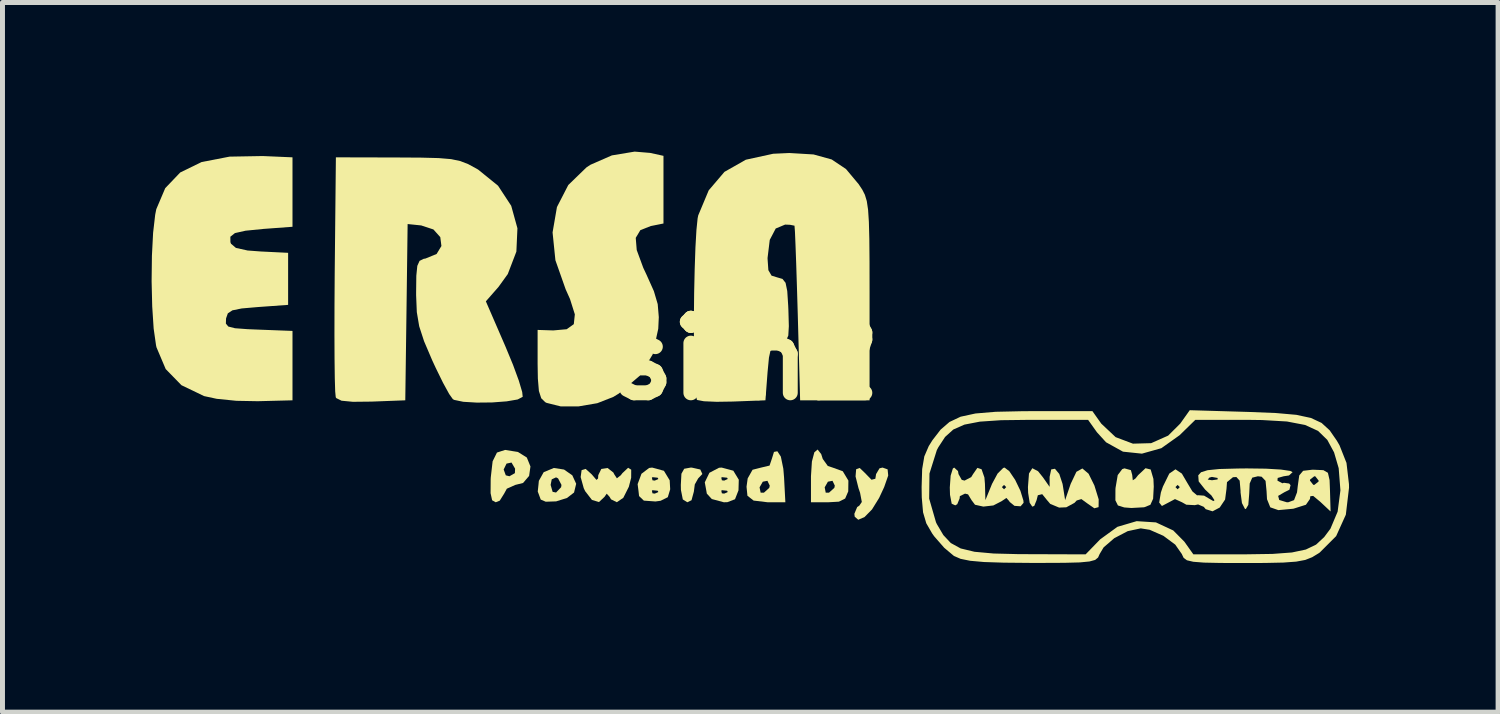
<source format=kicad_pcb>
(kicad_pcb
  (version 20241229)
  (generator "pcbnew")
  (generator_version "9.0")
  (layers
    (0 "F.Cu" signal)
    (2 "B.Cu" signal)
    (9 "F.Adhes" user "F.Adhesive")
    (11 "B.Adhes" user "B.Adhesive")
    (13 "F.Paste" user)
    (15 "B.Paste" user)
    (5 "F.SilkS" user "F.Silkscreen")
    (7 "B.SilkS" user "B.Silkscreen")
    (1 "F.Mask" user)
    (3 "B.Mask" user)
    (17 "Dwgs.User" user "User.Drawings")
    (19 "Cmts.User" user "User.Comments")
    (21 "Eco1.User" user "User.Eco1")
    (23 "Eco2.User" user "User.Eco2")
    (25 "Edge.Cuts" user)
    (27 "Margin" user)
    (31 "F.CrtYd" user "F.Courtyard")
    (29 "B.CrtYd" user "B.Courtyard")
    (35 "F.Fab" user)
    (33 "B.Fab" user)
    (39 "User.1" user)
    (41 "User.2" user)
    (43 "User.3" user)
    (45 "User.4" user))
  (footprint "sim2"
    (layer "F.Cu")
    (at 11.955 4.174)
    (property "Reference" "sim2" (at 0 0 0) (layer "F.SilkS") (effects (font (size 1.5 1.5) (thickness 0.3))))
    (attr board_only exclude_from_pos_files exclude_from_bom)
    (fp_poly (pts (xy -0.917 2.221) (xy -0.876 2.311) (xy -0.96 2.4) (xy -1.028 2.521) (xy -1.047 2.667) (xy -1.094 2.839) (xy -1.178 2.88) (xy -1.269 2.823) (xy -1.307 2.632) (xy -1.309 2.531) (xy -1.297 2.306) (xy -1.241 2.206) (xy -1.11 2.182) (xy -1.091 2.182)) (stroke (width 0) (type solid)) (fill yes) (layer "F.SilkS"))
    (fp_poly (pts (xy 8.143 2.221) (xy 8.198 2.41) (xy 8.205 2.565) (xy 8.192 2.809) (xy 8.137 2.931) (xy 8.017 2.979) (xy 8.008 2.981) (xy 7.754 2.995) (xy 7.611 2.984) (xy 7.484 2.944) (xy 7.433 2.841) (xy 7.434 2.622) (xy 7.436 2.591) (xy 7.48 2.333) (xy 7.571 2.213) (xy 7.616 2.198) (xy 7.745 2.234) (xy 7.771 2.328) (xy 7.783 2.438) (xy 7.837 2.402) (xy 7.89 2.335) (xy 8.039 2.195)) (stroke (width 0) (type solid)) (fill yes) (layer "F.SilkS"))
    (fp_poly (pts (xy 2.851 2.218) (xy 2.863 2.342) (xy 2.782 2.574) (xy 2.68 2.793) (xy 2.537 3.024) (xy 2.387 3.177) (xy 2.26 3.232) (xy 2.189 3.17) (xy 2.182 3.112) (xy 2.239 2.976) (xy 2.281 2.949) (xy 2.332 2.874) (xy 2.297 2.69) (xy 2.265 2.595) (xy 2.206 2.36) (xy 2.218 2.216) (xy 2.29 2.19) (xy 2.395 2.291) (xy 2.527 2.427) (xy 2.604 2.407) (xy 2.619 2.313) (xy 2.688 2.197) (xy 2.749 2.182)) (stroke (width 0) (type solid)) (fill yes) (layer "F.SilkS"))
    (fp_poly (pts (xy -3.658 2.222) (xy -3.492 2.338) (xy -3.414 2.508) (xy -3.457 2.684) (xy -3.6 2.794) (xy -3.817 2.862) (xy -4.026 2.869) (xy -4.127 2.826) (xy -4.187 2.664) (xy -4.173 2.531) (xy -3.928 2.531) (xy -3.888 2.67) (xy -3.819 2.684) (xy -3.717 2.577) (xy -3.71 2.531) (xy -3.778 2.4) (xy -3.819 2.379) (xy -3.906 2.419) (xy -3.928 2.531) (xy -4.173 2.531) (xy -4.165 2.449) (xy -4.071 2.28) (xy -4.064 2.273) (xy -3.863 2.19)) (stroke (width 0) (type solid)) (fill yes) (layer "F.SilkS"))
    (fp_poly (pts (xy 0.703 1.961) (xy 0.753 2.205) (xy 0.768 2.385) (xy 0.794 2.88) (xy 0.438 2.88) (xy 0.155 2.846) (xy 0.031 2.749) (xy 0.014 2.58) (xy 0.275 2.58) (xy 0.297 2.687) (xy 0.363 2.687) (xy 0.47 2.59) (xy 0.48 2.546) (xy 0.433 2.448) (xy 0.34 2.466) (xy 0.275 2.58) (xy 0.014 2.58) (xy 0.013 2.566) (xy 0.036 2.4) (xy 0.134 2.226) (xy 0.307 2.182) (xy 0.476 2.142) (xy 0.524 2) (xy 0.565 1.867) (xy 0.633 1.854)) (stroke (width 0) (type solid)) (fill yes) (layer "F.SilkS"))
    (fp_poly (pts (xy 1.515 1.911) (xy 1.546 2.008) (xy 1.648 2.15) (xy 1.745 2.182) (xy 1.949 2.256) (xy 2.062 2.444) (xy 2.059 2.661) (xy 1.997 2.805) (xy 1.871 2.868) (xy 1.657 2.88) (xy 1.309 2.88) (xy 1.309 2.58) (xy 1.585 2.58) (xy 1.606 2.687) (xy 1.672 2.687) (xy 1.779 2.59) (xy 1.789 2.546) (xy 1.742 2.448) (xy 1.65 2.466) (xy 1.585 2.58) (xy 1.309 2.58) (xy 1.309 2.357) (xy 1.328 2.06) (xy 1.377 1.875) (xy 1.443 1.819)) (stroke (width 0) (type solid)) (fill yes) (layer "F.SilkS"))
    (fp_poly (pts (xy -4.586 1.868) (xy -4.407 1.98) (xy -4.334 2.16) (xy -4.361 2.35) (xy -4.483 2.492) (xy -4.639 2.531) (xy -4.809 2.607) (xy -4.863 2.706) (xy -4.952 2.848) (xy -5.033 2.88) (xy -5.105 2.84) (xy -5.136 2.697) (xy -5.134 2.417) (xy -5.132 2.379) (xy -5.114 2.221) (xy -4.873 2.221) (xy -4.83 2.338) (xy -4.757 2.357) (xy -4.647 2.294) (xy -4.643 2.204) (xy -4.715 2.081) (xy -4.815 2.102) (xy -4.873 2.221) (xy -5.114 2.221) (xy -5.095 2.056) (xy -5.008 1.88) (xy -4.844 1.827)) (stroke (width 0) (type solid)) (fill yes) (layer "F.SilkS"))
    (fp_poly (pts (xy -2.307 2.225) (xy -2.308 2.387) (xy -2.355 2.569) (xy -2.466 2.79) (xy -2.596 2.879) (xy -2.713 2.821) (xy -2.742 2.771) (xy -2.8 2.707) (xy -2.844 2.771) (xy -2.956 2.876) (xy -3.097 2.833) (xy -3.234 2.656) (xy -3.262 2.597) (xy -3.324 2.373) (xy -3.305 2.234) (xy -3.223 2.209) (xy -3.102 2.318) (xy -3.006 2.43) (xy -2.974 2.402) (xy -2.97 2.335) (xy -2.909 2.21) (xy -2.781 2.191) (xy -2.665 2.283) (xy -2.649 2.316) (xy -2.595 2.398) (xy -2.517 2.337) (xy -2.484 2.294) (xy -2.369 2.186)) (stroke (width 0) (type solid)) (fill yes) (layer "F.SilkS"))
    (fp_poly (pts (xy -1.649 2.247) (xy -1.533 2.438) (xy -1.523 2.619) (xy -1.571 2.778) (xy -1.716 2.85) (xy -1.819 2.864) (xy -2.053 2.847) (xy -2.149 2.755) (xy -2.161 2.648) (xy -1.891 2.648) (xy -1.879 2.7) (xy -1.833 2.706) (xy -1.761 2.674) (xy -1.775 2.648) (xy -1.878 2.637) (xy -1.891 2.648) (xy -2.161 2.648) (xy -2.178 2.515) (xy -2.13 2.386) (xy -1.891 2.386) (xy -1.879 2.438) (xy -1.833 2.444) (xy -1.761 2.412) (xy -1.775 2.386) (xy -1.878 2.375) (xy -1.891 2.386) (xy -2.13 2.386) (xy -2.101 2.307) (xy -1.947 2.19) (xy -1.886 2.182)) (stroke (width 0) (type solid)) (fill yes) (layer "F.SilkS"))
    (fp_poly (pts (xy -0.253 2.245) (xy -0.143 2.426) (xy -0.149 2.64) (xy -0.219 2.819) (xy -0.373 2.878) (xy -0.444 2.88) (xy -0.686 2.815) (xy -0.786 2.706) (xy -0.796 2.648) (xy -0.495 2.648) (xy -0.483 2.7) (xy -0.436 2.706) (xy -0.365 2.674) (xy -0.378 2.648) (xy -0.482 2.637) (xy -0.495 2.648) (xy -0.796 2.648) (xy -0.827 2.479) (xy -0.782 2.386) (xy -0.495 2.386) (xy -0.483 2.438) (xy -0.436 2.444) (xy -0.365 2.412) (xy -0.378 2.386) (xy -0.482 2.375) (xy -0.495 2.386) (xy -0.782 2.386) (xy -0.734 2.287) (xy -0.541 2.186) (xy -0.488 2.182)) (stroke (width 0) (type solid)) (fill yes) (layer "F.SilkS"))
    (fp_poly (pts (xy 5.877 2.255) (xy 5.974 2.376) (xy 6.11 2.57) (xy 6.11 2.369) (xy 6.142 2.219) (xy 6.217 2.206) (xy 6.304 2.31) (xy 6.37 2.51) (xy 6.375 2.538) (xy 6.422 2.837) (xy 6.534 2.509) (xy 6.649 2.267) (xy 6.769 2.2) (xy 6.894 2.306) (xy 7.011 2.543) (xy 7.097 2.822) (xy 7.095 2.978) (xy 7.01 3.001) (xy 6.885 2.915) (xy 6.749 2.816) (xy 6.655 2.844) (xy 6.61 2.892) (xy 6.446 2.981) (xy 6.301 2.987) (xy 6.123 2.913) (xy 6.052 2.83) (xy 5.961 2.717) (xy 5.873 2.739) (xy 5.848 2.837) (xy 5.801 2.953) (xy 5.761 2.968) (xy 5.709 2.89) (xy 5.678 2.692) (xy 5.674 2.575) (xy 5.695 2.301) (xy 5.762 2.195)) (stroke (width 0) (type solid)) (fill yes) (layer "F.SilkS"))
    (fp_poly (pts (xy -1.927 -4.148) (xy -1.658 -4.089) (xy -1.658 -3.408) (xy -1.658 -2.728) (xy -1.913 -2.677) (xy -2.123 -2.594) (xy -2.216 -2.439) (xy -2.196 -2.194) (xy -2.065 -1.838) (xy -2.002 -1.704) (xy -1.851 -1.367) (xy -1.774 -1.106) (xy -1.752 -0.844) (xy -1.763 -0.61) (xy -1.876 -0.093) (xy -2.139 0.338) (xy -2.556 0.693) (xy -2.67 0.762) (xy -2.989 0.887) (xy -3.364 0.951) (xy -3.727 0.951) (xy -4.011 0.88) (xy -4.037 0.866) (xy -4.117 0.788) (xy -4.164 0.642) (xy -4.185 0.392) (xy -4.19 0.095) (xy -4.19 -0.587) (xy -3.874 -0.577) (xy -3.605 -0.601) (xy -3.462 -0.703) (xy -3.441 -0.9) (xy -3.538 -1.208) (xy -3.626 -1.404) (xy -3.832 -1.989) (xy -3.889 -2.548) (xy -3.801 -3.059) (xy -3.573 -3.502) (xy -3.209 -3.855) (xy -3.126 -3.91) (xy -2.696 -4.098) (xy -2.238 -4.174)) (stroke (width 0) (type solid)) (fill yes) (layer "F.SilkS"))
    (fp_poly (pts (xy -9.121 -4.059) (xy -9.121 -3.36) (xy -9.121 -2.662) (xy -9.703 -2.619) (xy -10.065 -2.583) (xy -10.279 -2.535) (xy -10.371 -2.462) (xy -10.37 -2.353) (xy -10.358 -2.321) (xy -10.259 -2.237) (xy -10.025 -2.185) (xy -9.759 -2.165) (xy -9.209 -2.138) (xy -9.209 -1.615) (xy -9.209 -1.091) (xy -9.82 -1.047) (xy -10.143 -1.019) (xy -10.33 -0.981) (xy -10.422 -0.92) (xy -10.457 -0.82) (xy -10.458 -0.811) (xy -10.461 -0.714) (xy -10.412 -0.655) (xy -10.278 -0.621) (xy -10.024 -0.602) (xy -9.803 -0.593) (xy -9.121 -0.567) (xy -9.121 0.131) (xy -9.121 0.829) (xy -9.82 0.847) (xy -10.25 0.839) (xy -10.645 0.799) (xy -10.9 0.744) (xy -11.355 0.525) (xy -11.672 0.2) (xy -11.857 -0.237) (xy -11.866 -0.278) (xy -11.914 -0.615) (xy -11.943 -1.062) (xy -11.955 -1.567) (xy -11.949 -2.077) (xy -11.925 -2.541) (xy -11.883 -2.905) (xy -11.861 -3.016) (xy -11.681 -3.439) (xy -11.38 -3.754) (xy -10.95 -3.964) (xy -10.387 -4.073) (xy -9.72 -4.085)) (stroke (width 0) (type solid)) (fill yes) (layer "F.SilkS"))
    (fp_poly (pts (xy 5.299 2.255) (xy 5.417 2.43) (xy 5.522 2.648) (xy 5.582 2.844) (xy 5.586 2.891) (xy 5.526 2.961) (xy 5.403 2.952) (xy 5.305 2.872) (xy 5.299 2.859) (xy 5.241 2.793) (xy 5.143 2.859) (xy 4.978 2.944) (xy 4.777 2.967) (xy 4.609 2.93) (xy 4.539 2.837) (xy 4.469 2.721) (xy 4.408 2.706) (xy 4.304 2.757) (xy 4.299 2.804) (xy 4.252 2.919) (xy 4.212 2.942) (xy 4.14 2.909) (xy 4.106 2.73) (xy 4.102 2.582) (xy 4.119 2.345) (xy 4.163 2.202) (xy 4.19 2.182) (xy 4.267 2.253) (xy 4.277 2.313) (xy 4.342 2.429) (xy 4.399 2.444) (xy 4.533 2.374) (xy 4.57 2.313) (xy 4.657 2.188) (xy 4.741 2.216) (xy 4.798 2.38) (xy 4.809 2.509) (xy 4.818 2.837) (xy 4.925 2.575) (xy 5.15 2.575) (xy 5.193 2.619) (xy 5.237 2.575) (xy 5.193 2.531) (xy 5.15 2.575) (xy 4.925 2.575) (xy 4.952 2.509) (xy 5.063 2.303) (xy 5.176 2.19) (xy 5.204 2.182)) (stroke (width 0) (type solid)) (fill yes) (layer "F.SilkS"))
    (fp_poly (pts (xy -7.023 -4.056) (xy -6.534 -4.053) (xy -6.182 -4.044) (xy -5.931 -4.023) (xy -5.746 -3.984) (xy -5.588 -3.923) (xy -5.422 -3.833) (xy -5.386 -3.812) (xy -4.986 -3.488) (xy -4.721 -3.084) (xy -4.596 -2.632) (xy -4.617 -2.163) (xy -4.79 -1.711) (xy -4.976 -1.453) (xy -5.231 -1.162) (xy -4.839 -0.258) (xy -4.685 0.114) (xy -4.568 0.433) (xy -4.5 0.662) (xy -4.49 0.759) (xy -4.591 0.812) (xy -4.813 0.85) (xy -5.105 0.872) (xy -5.413 0.875) (xy -5.684 0.859) (xy -5.867 0.821) (xy -5.895 0.806) (xy -5.969 0.702) (xy -6.092 0.478) (xy -6.241 0.174) (xy -6.31 0.025) (xy -6.474 -0.359) (xy -6.572 -0.66) (xy -6.62 -0.945) (xy -6.634 -1.285) (xy -6.634 -1.343) (xy -6.63 -1.678) (xy -6.61 -1.876) (xy -6.565 -1.976) (xy -6.483 -2.017) (xy -6.446 -2.023) (xy -6.222 -2.115) (xy -6.125 -2.275) (xy -6.148 -2.454) (xy -6.286 -2.608) (xy -6.532 -2.689) (xy -6.805 -2.717) (xy -6.828 -0.944) (xy -6.852 0.829) (xy -7.53 0.855) (xy -7.906 0.859) (xy -8.135 0.837) (xy -8.241 0.784) (xy -8.251 0.766) (xy -8.262 0.651) (xy -8.27 0.386) (xy -8.275 -0.006) (xy -8.277 -0.5) (xy -8.276 -1.073) (xy -8.272 -1.701) (xy -8.272 -1.703) (xy -8.248 -4.059)) (stroke (width 0) (type solid)) (fill yes) (layer "F.SilkS"))
    (fp_poly (pts (xy 1.361 -4.117) (xy 1.726 -4.016) (xy 2.014 -3.823) (xy 2.27 -3.517) (xy 2.273 -3.512) (xy 2.342 -3.408) (xy 2.394 -3.305) (xy 2.432 -3.179) (xy 2.458 -3.005) (xy 2.474 -2.76) (xy 2.483 -2.419) (xy 2.487 -1.958) (xy 2.488 -1.352) (xy 2.488 -1.185) (xy 2.488 0.829) (xy 1.789 0.829) (xy 1.091 0.829) (xy 1.043 -0.916) (xy 1.027 -1.449) (xy 1.012 -1.918) (xy 0.998 -2.297) (xy 0.987 -2.56) (xy 0.978 -2.68) (xy 0.977 -2.684) (xy 0.888 -2.702) (xy 0.789 -2.706) (xy 0.6 -2.627) (xy 0.48 -2.398) (xy 0.436 -2.036) (xy 0.436 -2.019) (xy 0.452 -1.789) (xy 0.516 -1.679) (xy 0.633 -1.643) (xy 0.736 -1.613) (xy 0.798 -1.535) (xy 0.832 -1.369) (xy 0.851 -1.076) (xy 0.855 -0.989) (xy 0.864 -0.663) (xy 0.853 -0.473) (xy 0.811 -0.379) (xy 0.728 -0.342) (xy 0.68 -0.334) (xy 0.57 -0.301) (xy 0.504 -0.213) (xy 0.464 -0.03) (xy 0.436 0.262) (xy 0.393 0.829) (xy -0.266 0.854) (xy -0.59 0.859) (xy -0.844 0.848) (xy -0.978 0.823) (xy -0.986 0.818) (xy -1.01 0.709) (xy -1.028 0.457) (xy -1.04 0.095) (xy -1.046 -0.345) (xy -1.046 -0.832) (xy -1.041 -1.332) (xy -1.03 -1.814) (xy -1.015 -2.247) (xy -0.995 -2.597) (xy -0.971 -2.832) (xy -0.959 -2.891) (xy -0.748 -3.395) (xy -0.431 -3.767) (xy -0.001 -4.011) (xy 0.549 -4.131) (xy 0.873 -4.146)) (stroke (width 0) (type solid)) (fill yes) (layer "F.SilkS"))
    (fp_poly (pts (xy 10.46 2.204) (xy 10.764 2.222) (xy 10.953 2.25) (xy 10.998 2.275) (xy 10.925 2.341) (xy 10.818 2.357) (xy 10.698 2.391) (xy 10.693 2.445) (xy 10.794 2.498) (xy 10.823 2.488) (xy 10.929 2.503) (xy 10.957 2.536) (xy 10.934 2.628) (xy 10.833 2.678) (xy 10.707 2.752) (xy 10.729 2.834) (xy 10.881 2.88) (xy 10.911 2.88) (xy 11.027 2.837) (xy 11.087 2.681) (xy 11.102 2.553) (xy 11.117 2.444) (xy 11.347 2.444) (xy 11.414 2.529) (xy 11.434 2.531) (xy 11.519 2.465) (xy 11.522 2.444) (xy 11.455 2.359) (xy 11.434 2.357) (xy 11.35 2.423) (xy 11.347 2.444) (xy 11.117 2.444) (xy 11.132 2.339) (xy 11.21 2.247) (xy 11.388 2.226) (xy 11.434 2.226) (xy 11.617 2.234) (xy 11.708 2.287) (xy 11.742 2.434) (xy 11.75 2.645) (xy 11.762 3.065) (xy 11.554 2.87) (xy 11.412 2.752) (xy 11.354 2.759) (xy 11.347 2.814) (xy 11.266 2.93) (xy 11.02 3.008) (xy 11.001 3.011) (xy 10.711 3.038) (xy 10.549 2.982) (xy 10.483 2.818) (xy 10.474 2.657) (xy 10.454 2.449) (xy 10.375 2.366) (xy 10.3 2.357) (xy 10.186 2.385) (xy 10.135 2.502) (xy 10.125 2.711) (xy 10.107 2.932) (xy 10.057 3.017) (xy 10.038 3.011) (xy 9.979 2.896) (xy 9.951 2.683) (xy 9.951 2.651) (xy 9.933 2.445) (xy 9.867 2.372) (xy 9.798 2.376) (xy 9.678 2.475) (xy 9.668 2.612) (xy 9.64 2.825) (xy 9.532 2.986) (xy 9.388 3.062) (xy 9.25 3.019) (xy 9.211 2.972) (xy 9.097 2.924) (xy 9.03 2.938) (xy 8.86 2.929) (xy 8.771 2.879) (xy 8.632 2.816) (xy 8.508 2.882) (xy 8.369 2.955) (xy 8.314 2.885) (xy 8.348 2.684) (xy 8.385 2.575) (xy 8.641 2.575) (xy 8.685 2.619) (xy 8.729 2.575) (xy 8.685 2.531) (xy 8.641 2.575) (xy 8.385 2.575) (xy 8.39 2.562) (xy 8.517 2.303) (xy 8.642 2.217) (xy 8.77 2.303) (xy 8.872 2.477) (xy 8.982 2.661) (xy 9.076 2.741) (xy 9.096 2.738) (xy 9.218 2.747) (xy 9.3 2.796) (xy 9.403 2.856) (xy 9.427 2.84) (xy 9.366 2.745) (xy 9.238 2.624) (xy 9.109 2.461) (xy 9.106 2.423) (xy 9.29 2.423) (xy 9.376 2.437) (xy 9.489 2.421) (xy 9.49 2.391) (xy 9.374 2.37) (xy 9.323 2.384) (xy 9.29 2.423) (xy 9.106 2.423) (xy 9.1 2.338) (xy 9.156 2.276) (xy 9.288 2.235) (xy 9.524 2.211) (xy 9.894 2.201) (xy 10.074 2.199)) (stroke (width 0) (type solid)) (fill yes) (layer "F.SilkS"))
    (fp_poly (pts (xy 10.116 1.063) (xy 10.666 1.085) (xy 11.073 1.121) (xy 11.367 1.184) (xy 11.581 1.284) (xy 11.744 1.433) (xy 11.889 1.643) (xy 11.942 1.735) (xy 12.082 2.088) (xy 12.132 2.516) (xy 12.133 2.588) (xy 12.069 3.13) (xy 11.874 3.561) (xy 11.544 3.891) (xy 11.522 3.906) (xy 11.392 3.985) (xy 11.253 4.04) (xy 11.071 4.074) (xy 10.811 4.093) (xy 10.438 4.101) (xy 10.031 4.102) (xy 9.55 4.101) (xy 9.216 4.094) (xy 9 4.077) (xy 8.872 4.047) (xy 8.806 3.998) (xy 8.772 3.928) (xy 8.77 3.922) (xy 8.637 3.732) (xy 8.399 3.555) (xy 8.124 3.434) (xy 7.943 3.405) (xy 7.681 3.461) (xy 7.41 3.603) (xy 7.196 3.788) (xy 7.116 3.922) (xy 7.085 3.991) (xy 7.026 4.04) (xy 6.912 4.071) (xy 6.716 4.09) (xy 6.41 4.098) (xy 5.968 4.1) (xy 5.733 4.1) (xy 5.188 4.095) (xy 4.79 4.082) (xy 4.51 4.057) (xy 4.319 4.018) (xy 4.19 3.962) (xy 4.184 3.959) (xy 3.989 3.795) (xy 3.788 3.565) (xy 3.748 3.509) (xy 3.629 3.303) (xy 3.564 3.083) (xy 3.54 2.807) (xy 3.687 2.807) (xy 3.824 3.282) (xy 3.841 3.318) (xy 3.972 3.54) (xy 4.122 3.7) (xy 4.321 3.809) (xy 4.599 3.876) (xy 4.984 3.911) (xy 5.508 3.924) (xy 5.665 3.924) (xy 6.834 3.928) (xy 7.127 3.626) (xy 7.474 3.374) (xy 7.861 3.26) (xy 8.249 3.285) (xy 8.597 3.447) (xy 8.82 3.672) (xy 9.002 3.928) (xy 10.066 3.927) (xy 10.595 3.919) (xy 10.984 3.89) (xy 11.264 3.831) (xy 11.47 3.732) (xy 11.633 3.581) (xy 11.759 3.412) (xy 11.904 3.069) (xy 11.96 2.64) (xy 11.925 2.194) (xy 11.832 1.876) (xy 11.696 1.625) (xy 11.511 1.445) (xy 11.249 1.325) (xy 10.884 1.255) (xy 10.386 1.226) (xy 10.085 1.222) (xy 9.041 1.222) (xy 8.725 1.531) (xy 8.358 1.792) (xy 7.967 1.902) (xy 7.586 1.862) (xy 7.245 1.673) (xy 7.062 1.472) (xy 6.884 1.222) (xy 5.707 1.222) (xy 5.134 1.229) (xy 4.707 1.258) (xy 4.396 1.318) (xy 4.172 1.417) (xy 4.007 1.566) (xy 3.871 1.774) (xy 3.841 1.831) (xy 3.693 2.302) (xy 3.687 2.807) (xy 3.54 2.807) (xy 3.538 2.784) (xy 3.535 2.575) (xy 3.546 2.212) (xy 3.589 1.958) (xy 3.678 1.751) (xy 3.753 1.631) (xy 3.917 1.419) (xy 4.095 1.265) (xy 4.319 1.159) (xy 4.618 1.094) (xy 5.022 1.06) (xy 5.562 1.048) (xy 5.746 1.047) (xy 6.971 1.047) (xy 7.149 1.298) (xy 7.438 1.57) (xy 7.786 1.701) (xy 8.153 1.691) (xy 8.495 1.539) (xy 8.737 1.298) (xy 8.929 1.028)) (stroke (width 0) (type solid)) (fill yes) (layer "F.SilkS")))
  (gr_rect
    (start -3 -3)
    (end 27.087 11.276)
    (stroke (width 0.1) (type default))
    (fill no)
    (layer "Edge.Cuts")))
</source>
